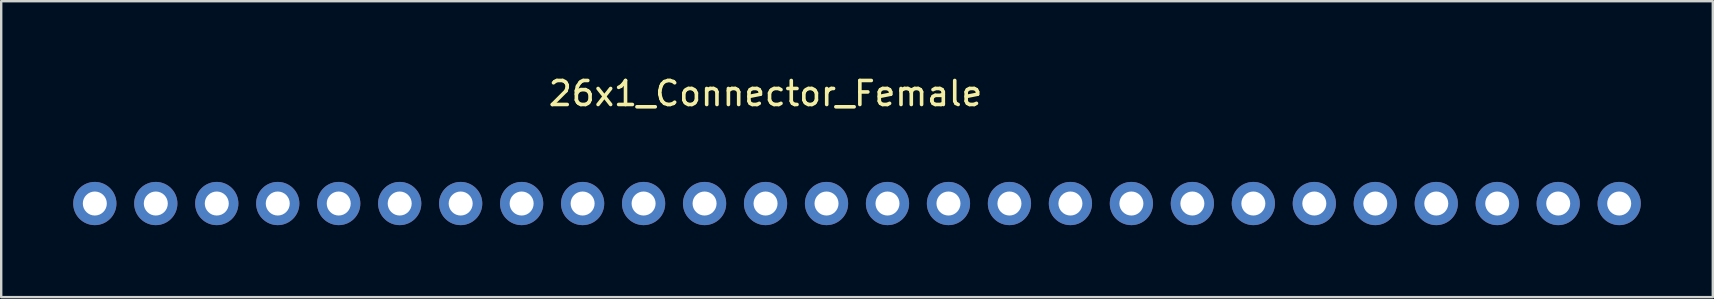
<source format=kicad_pcb>
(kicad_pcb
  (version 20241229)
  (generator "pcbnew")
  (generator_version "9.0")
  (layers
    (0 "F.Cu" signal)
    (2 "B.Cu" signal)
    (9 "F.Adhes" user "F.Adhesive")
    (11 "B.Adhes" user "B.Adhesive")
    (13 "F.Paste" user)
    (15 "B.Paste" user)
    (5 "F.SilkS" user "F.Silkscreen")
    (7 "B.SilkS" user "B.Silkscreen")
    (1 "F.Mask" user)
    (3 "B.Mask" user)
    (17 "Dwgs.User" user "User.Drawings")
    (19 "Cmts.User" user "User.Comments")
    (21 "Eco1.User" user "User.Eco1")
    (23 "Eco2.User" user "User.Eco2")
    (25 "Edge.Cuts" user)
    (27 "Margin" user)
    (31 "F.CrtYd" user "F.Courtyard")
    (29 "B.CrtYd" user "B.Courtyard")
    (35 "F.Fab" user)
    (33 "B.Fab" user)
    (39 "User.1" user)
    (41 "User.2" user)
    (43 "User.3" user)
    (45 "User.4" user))
  (footprint "26x1_Connector_Female"
    (layer "F.Cu")
    (at 28.84 0.348)
    (property "Reference" "26x1_Connector_Female" (at 0 0.5 0) (layer "F.SilkS") (effects (font (size 1 1) (thickness 0.15))))
    (attr through_hole)
    (pad "1" thru_hole circle (at -27.94 5.08) (size 1.8 1.8) (drill 1) (layers "*.Cu" "*.Mask"))
    (pad "2" thru_hole circle (at -25.4 5.08) (size 1.8 1.8) (drill 1) (layers "*.Cu" "*.Mask"))
    (pad "3" thru_hole circle (at -22.86 5.08) (size 1.8 1.8) (drill 1) (layers "*.Cu" "*.Mask"))
    (pad "4" thru_hole circle (at -20.32 5.08) (size 1.8 1.8) (drill 1) (layers "*.Cu" "*.Mask"))
    (pad "5" thru_hole circle (at -17.78 5.08) (size 1.8 1.8) (drill 1) (layers "*.Cu" "*.Mask"))
    (pad "6" thru_hole circle (at -15.24 5.08) (size 1.8 1.8) (drill 1) (layers "*.Cu" "*.Mask"))
    (pad "7" thru_hole circle (at -12.7 5.08) (size 1.8 1.8) (drill 1) (layers "*.Cu" "*.Mask"))
    (pad "8" thru_hole circle (at -10.16 5.08) (size 1.8 1.8) (drill 1) (layers "*.Cu" "*.Mask"))
    (pad "9" thru_hole circle (at -7.62 5.08) (size 1.8 1.8) (drill 1) (layers "*.Cu" "*.Mask"))
    (pad "10" thru_hole circle (at -5.08 5.08) (size 1.8 1.8) (drill 1) (layers "*.Cu" "*.Mask"))
    (pad "11" thru_hole circle (at -2.54 5.08) (size 1.8 1.8) (drill 1) (layers "*.Cu" "*.Mask"))
    (pad "12" thru_hole circle (at 0 5.08) (size 1.8 1.8) (drill 1) (layers "*.Cu" "*.Mask"))
    (pad "13" thru_hole circle (at 2.54 5.08) (size 1.8 1.8) (drill 1) (layers "*.Cu" "*.Mask"))
    (pad "14" thru_hole circle (at 5.08 5.08) (size 1.8 1.8) (drill 1) (layers "*.Cu" "*.Mask"))
    (pad "15" thru_hole circle (at 7.62 5.08) (size 1.8 1.8) (drill 1) (layers "*.Cu" "*.Mask"))
    (pad "16" thru_hole circle (at 10.16 5.08) (size 1.8 1.8) (drill 1) (layers "*.Cu" "*.Mask"))
    (pad "17" thru_hole circle (at 12.7 5.08) (size 1.8 1.8) (drill 1) (layers "*.Cu" "*.Mask"))
    (pad "18" thru_hole circle (at 15.24 5.08) (size 1.8 1.8) (drill 1) (layers "*.Cu" "*.Mask"))
    (pad "19" thru_hole circle (at 17.78 5.08) (size 1.8 1.8) (drill 1) (layers "*.Cu" "*.Mask"))
    (pad "20" thru_hole circle (at 20.32 5.08) (size 1.8 1.8) (drill 1) (layers "*.Cu" "*.Mask"))
    (pad "21" thru_hole circle (at 22.86 5.08) (size 1.8 1.8) (drill 1) (layers "*.Cu" "*.Mask"))
    (pad "22" thru_hole circle (at 25.4 5.08) (size 1.8 1.8) (drill 1) (layers "*.Cu" "*.Mask"))
    (pad "23" thru_hole circle (at 27.94 5.08) (size 1.8 1.8) (drill 1) (layers "*.Cu" "*.Mask"))
    (pad "24" thru_hole circle (at 30.48 5.08) (size 1.8 1.8) (drill 1) (layers "*.Cu" "*.Mask"))
    (pad "25" thru_hole circle (at 33.02 5.08) (size 1.8 1.8) (drill 1) (layers "*.Cu" "*.Mask"))
    (pad "26" thru_hole circle (at 35.56 5.08) (size 1.8 1.8) (drill 1) (layers "*.Cu" "*.Mask")))
  (gr_rect
    (start -3 -3)
    (end 68.3 9.328)
    (stroke (width 0.1) (type default))
    (fill no)
    (layer "Edge.Cuts")))
</source>
